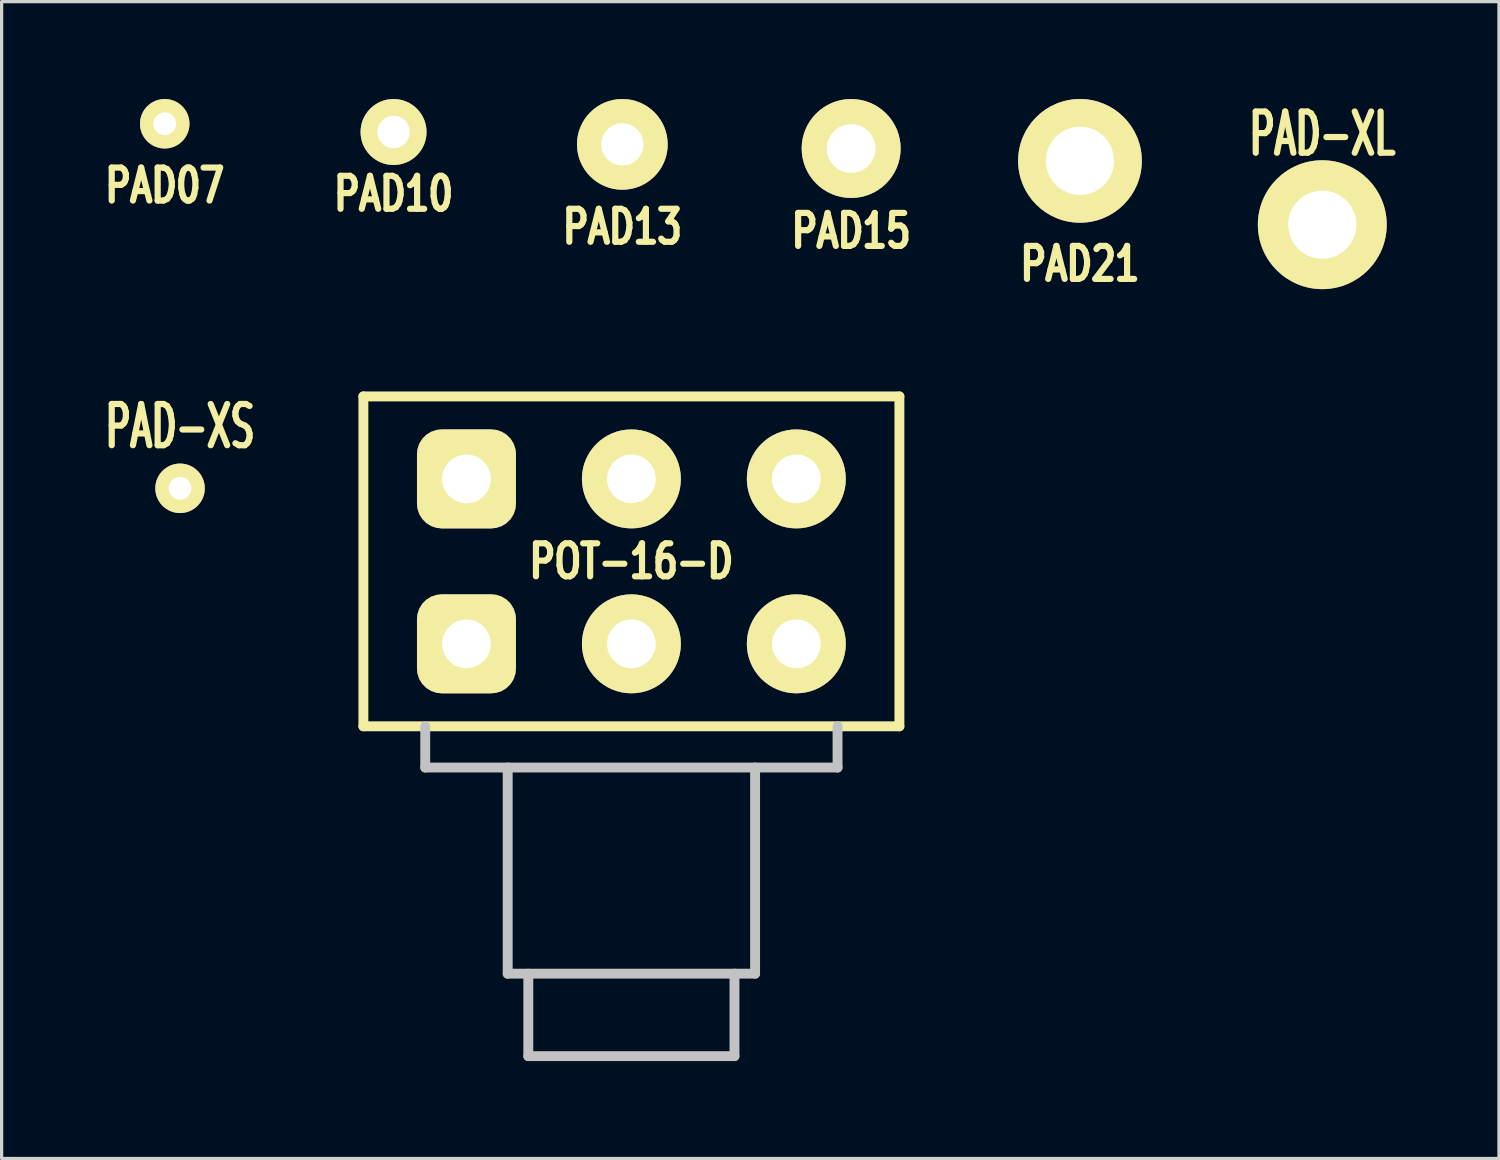
<source format=kicad_pcb>
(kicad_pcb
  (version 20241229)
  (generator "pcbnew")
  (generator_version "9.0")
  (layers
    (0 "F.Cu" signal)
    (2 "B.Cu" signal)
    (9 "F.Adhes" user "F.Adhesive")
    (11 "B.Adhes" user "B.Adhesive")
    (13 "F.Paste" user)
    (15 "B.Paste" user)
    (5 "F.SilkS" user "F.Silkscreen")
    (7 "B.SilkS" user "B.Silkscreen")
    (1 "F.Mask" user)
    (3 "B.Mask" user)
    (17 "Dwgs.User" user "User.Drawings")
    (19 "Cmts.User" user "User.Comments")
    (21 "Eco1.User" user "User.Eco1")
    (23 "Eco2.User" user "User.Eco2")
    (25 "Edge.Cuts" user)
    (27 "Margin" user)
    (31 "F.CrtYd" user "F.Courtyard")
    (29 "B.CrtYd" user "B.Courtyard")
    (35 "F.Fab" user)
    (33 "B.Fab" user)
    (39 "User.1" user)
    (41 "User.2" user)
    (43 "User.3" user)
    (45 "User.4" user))
  (footprint "POT-16-D"
    (layer "F.Cu")
    (at 16.398 16.781)
    (property "Reference" "POT-16-D" (at 0 -2.54 0) (layer "F.SilkS") (effects (font (size 1.016 0.762) (thickness 0.191))))
    (attr through_hole)
    (fp_line (start -8.255 2.54) (end -8.255 -7.62) (stroke (width 0.305) (type solid)) (layer "F.SilkS"))
    (fp_line (start 8.255 -7.62) (end -8.255 -7.62) (stroke (width 0.305) (type solid)) (layer "F.SilkS"))
    (fp_line (start 8.255 2.54) (end -8.255 2.54) (stroke (width 0.305) (type solid)) (layer "F.SilkS"))
    (fp_line (start 8.255 2.54) (end 8.255 -7.62) (stroke (width 0.305) (type solid)) (layer "F.SilkS"))
    (fp_line (start -6.35 3.81) (end -6.35 2.54) (stroke (width 0.305) (type solid)) (layer "Dwgs.User"))
    (fp_line (start -3.81 10.16) (end -3.81 3.81) (stroke (width 0.305) (type solid)) (layer "Dwgs.User"))
    (fp_line (start -3.175 12.7) (end -3.175 10.16) (stroke (width 0.305) (type solid)) (layer "Dwgs.User"))
    (fp_line (start 3.175 10.16) (end 3.175 12.7) (stroke (width 0.305) (type solid)) (layer "Dwgs.User"))
    (fp_line (start 3.175 12.7) (end -3.175 12.7) (stroke (width 0.305) (type solid)) (layer "Dwgs.User"))
    (fp_line (start 3.81 3.81) (end 3.81 10.16) (stroke (width 0.305) (type solid)) (layer "Dwgs.User"))
    (fp_line (start 3.81 10.16) (end -3.81 10.16) (stroke (width 0.305) (type solid)) (layer "Dwgs.User"))
    (fp_line (start 6.35 2.54) (end 6.35 3.81) (stroke (width 0.305) (type solid)) (layer "Dwgs.User"))
    (fp_line (start 6.35 3.81) (end -6.35 3.81) (stroke (width 0.305) (type solid)) (layer "Dwgs.User"))
    (pad "1" thru_hole roundrect (at -5.08 0) (size 3.048 3.048) (drill 1.5) (layers "*.Cu" "*.Mask" "F.SilkS") (roundrect_rratio 0.25))
    (pad "2" thru_hole circle (at 0 0) (size 3.048 3.048) (drill 1.5) (layers "*.Cu" "*.Mask" "F.SilkS"))
    (pad "3" thru_hole circle (at 5.08 0) (size 3.048 3.048) (drill 1.5) (layers "*.Cu" "*.Mask" "F.SilkS"))
    (pad "4" thru_hole roundrect (at -5.08 -5.08) (size 3.048 3.048) (drill 1.5) (layers "*.Cu" "*.Mask" "F.SilkS") (roundrect_rratio 0.25))
    (pad "5" thru_hole circle (at 0 -5.08) (size 3.048 3.048) (drill 1.5) (layers "*.Cu" "*.Mask" "F.SilkS"))
    (pad "6" thru_hole circle (at 5.08 -5.08) (size 3.048 3.048) (drill 1.5) (layers "*.Cu" "*.Mask" "F.SilkS")))
  (footprint "PAD07"
    (layer "F.Cu")
    (at 2.024 0.762)
    (property "Reference" "PAD07" (at 0 1.905 0) (layer "F.SilkS") (effects (font (size 1.016 0.762) (thickness 0.191))))
    (attr through_hole)
    (pad "0" thru_hole circle (at 0 0) (size 1.524 1.524) (drill 0.7) (layers "*.Cu" "*.Mask" "F.SilkS")))
  (footprint "PAD21"
    (layer "F.Cu")
    (at 30.215 1.905)
    (property "Reference" "PAD21" (at 0 3.175 0) (layer "F.SilkS") (effects (font (size 1.016 0.762) (thickness 0.191))))
    (attr through_hole)
    (pad "0" thru_hole circle (at 0 0) (size 3.81 3.81) (drill 2.1) (layers "*.Cu" "*.Mask" "F.SilkS")))
  (footprint "PAD15"
    (layer "F.Cu")
    (at 23.167 1.524)
    (property "Reference" "PAD15" (at 0 2.54 0) (layer "F.SilkS") (effects (font (size 1.016 0.762) (thickness 0.191))))
    (attr through_hole)
    (pad "0" thru_hole circle (at 0 0) (size 3.048 3.048) (drill 1.5) (layers "*.Cu" "*.Mask" "F.SilkS")))
  (footprint "PAD-XS"
    (layer "F.Cu")
    (at 2.496 11.991)
    (property "Reference" "PAD-XS" (at 0 -1.905 0) (layer "F.SilkS") (effects (font (size 1.27 0.762) (thickness 0.191))))
    (attr through_hole)
    (pad "1" thru_hole circle (at 0 0) (size 1.524 1.524) (drill 0.7) (layers "*.Cu" "*.Mask" "F.SilkS")))
  (footprint "PAD13"
    (layer "F.Cu")
    (at 16.119 1.397)
    (property "Reference" "PAD13" (at 0 2.54 0) (layer "F.SilkS") (effects (font (size 1.016 0.762) (thickness 0.191))))
    (attr through_hole)
    (pad "0" thru_hole circle (at 0 0) (size 2.794 2.794) (drill 1.3) (layers "*.Cu" "*.Mask" "F.SilkS")))
  (footprint "PAD10"
    (layer "F.Cu")
    (at 9.072 1.016)
    (property "Reference" "PAD10" (at 0 1.905 0) (layer "F.SilkS") (effects (font (size 1.016 0.762) (thickness 0.191))))
    (attr through_hole)
    (pad "0" thru_hole circle (at 0 0) (size 2.032 2.032) (drill 1) (layers "*.Cu" "*.Mask" "F.SilkS")))
  (footprint "PAD-XL"
    (layer "F.Cu")
    (at 37.679 3.871)
    (property "Reference" "PAD-XL" (at 0 -2.794 0) (layer "F.SilkS") (effects (font (size 1.27 0.762) (thickness 0.191))))
    (attr through_hole)
    (pad "1" thru_hole circle (at 0 0) (size 3.969 3.969) (drill 2.1) (layers "*.Cu" "*.Mask" "F.SilkS")))
  (gr_rect
    (start -3 -3)
    (end 43.121 32.633)
    (stroke (width 0.1) (type default))
    (fill no)
    (layer "Edge.Cuts")))
</source>
